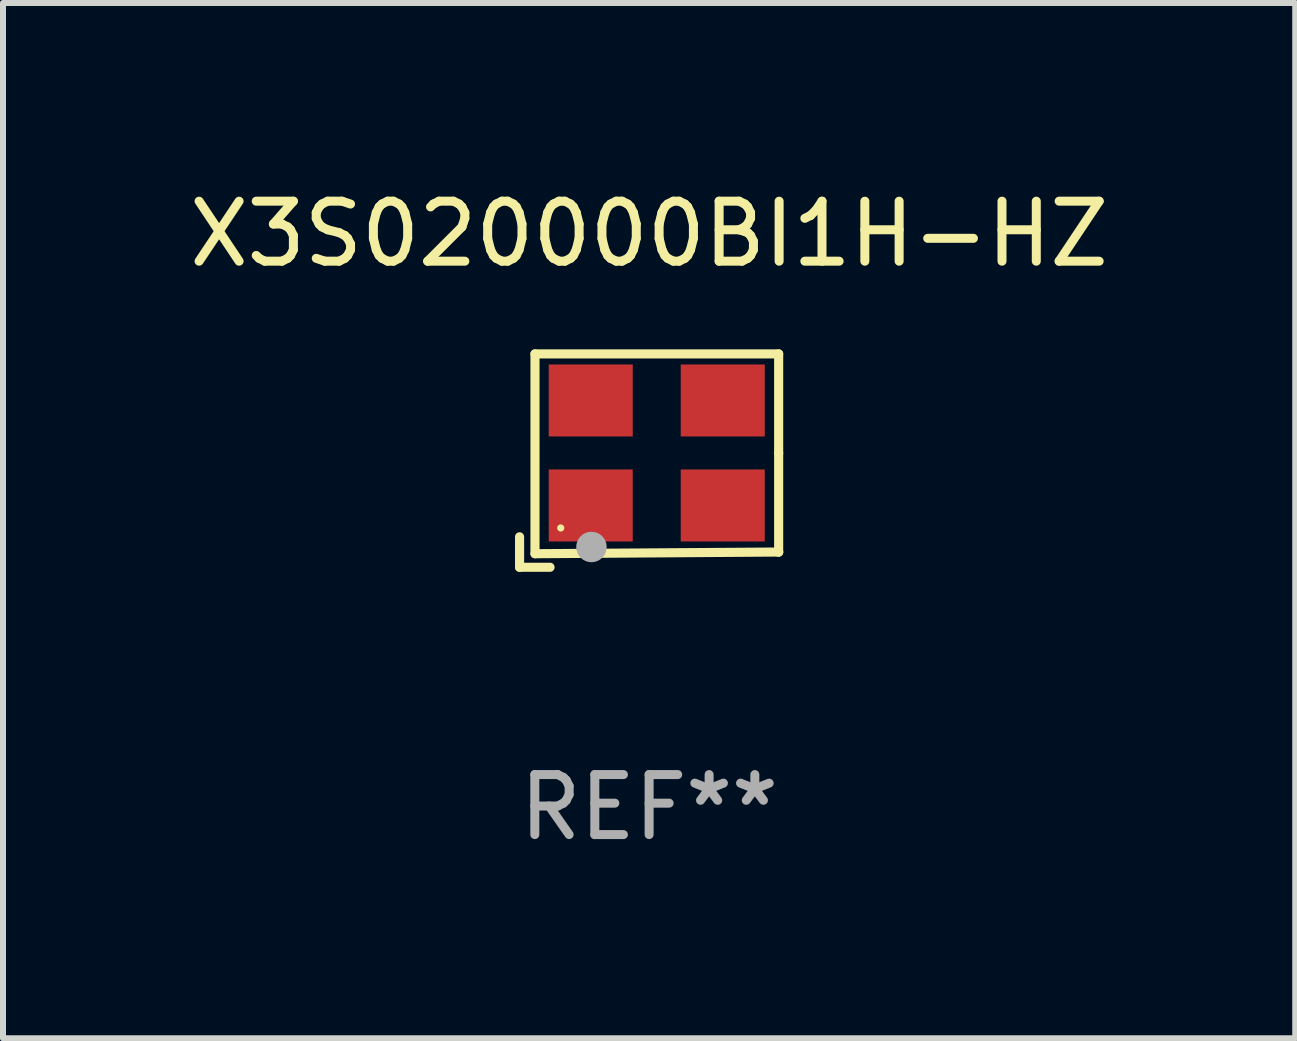
<source format=kicad_pcb>
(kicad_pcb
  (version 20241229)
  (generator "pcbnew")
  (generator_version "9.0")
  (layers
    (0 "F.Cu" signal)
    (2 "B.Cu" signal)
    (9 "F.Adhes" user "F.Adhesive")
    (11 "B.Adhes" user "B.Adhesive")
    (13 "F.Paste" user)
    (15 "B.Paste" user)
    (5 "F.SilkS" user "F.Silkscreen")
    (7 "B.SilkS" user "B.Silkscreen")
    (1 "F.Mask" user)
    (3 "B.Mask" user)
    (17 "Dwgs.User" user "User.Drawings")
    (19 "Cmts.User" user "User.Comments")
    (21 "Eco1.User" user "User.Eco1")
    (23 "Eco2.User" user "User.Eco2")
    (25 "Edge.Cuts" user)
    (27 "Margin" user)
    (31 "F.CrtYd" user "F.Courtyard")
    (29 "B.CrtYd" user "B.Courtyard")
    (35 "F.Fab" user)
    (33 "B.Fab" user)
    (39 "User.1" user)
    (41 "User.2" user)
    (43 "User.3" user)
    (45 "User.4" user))
  (footprint "X3S020000BI1H-HZ"
    (layer "F.Cu")
    (at 7.768 4.626)
    (property "Reference" "X3S020000BI1H-HZ" (at 0 -3.778 0) (layer "F.SilkS") (effects (font (size 1 1) (thickness 0.15))))
    (attr through_hole)
    (fp_line (start -2.159 1.27) (end -2.159 1.778) (stroke (width 0.152) (type solid)) (layer "F.SilkS"))
    (fp_line (start -2.159 1.778) (end -1.651 1.778) (stroke (width 0.152) (type solid)) (layer "F.SilkS"))
    (fp_line (start -1.902 -1.778) (end 2.159 -1.778) (stroke (width 0.152) (type solid)) (layer "F.SilkS"))
    (fp_line (start -1.902 1.552) (end -1.902 -1.778) (stroke (width 0.152) (type solid)) (layer "F.SilkS"))
    (fp_line (start 2.159 -1.778) (end 2.159 -0.127) (stroke (width 0.152) (type solid)) (layer "F.SilkS"))
    (fp_line (start 2.159 -0.127) (end 2.159 1.524) (stroke (width 0.152) (type solid)) (layer "F.SilkS"))
    (fp_line (start 2.159 1.524) (end -1.902 1.552) (stroke (width 0.152) (type solid)) (layer "F.SilkS"))
    (fp_line (start 2.159 1.524) (end 2.159 1.524) (stroke (width 0.152) (type solid)) (layer "F.SilkS"))
    (fp_circle (center -1.473 1.123) (end -1.443 1.123) (stroke (width 0.06) (type solid)) (fill no) (layer "F.SilkS"))
    (fp_circle (center -0.961 1.44) (end -0.834 1.44) (stroke (width 0.254) (type solid)) (fill no) (layer "F.Fab"))
    (fp_text user "REF**" (at 0 5.778 0) (layer "F.Fab") (effects (font (size 1 1) (thickness 0.15))))
    (pad "1" smd rect (at -0.973 0.748) (size 1.4 1.2) (layers "F.Cu" "F.Mask" "F.Paste"))
    (pad "2" smd rect (at 1.227 0.748) (size 1.4 1.2) (layers "F.Cu" "F.Mask" "F.Paste"))
    (pad "3" smd rect (at 1.227 -1.002) (size 1.4 1.2) (layers "F.Cu" "F.Mask" "F.Paste"))
    (pad "4" smd rect (at -0.973 -1.002) (size 1.4 1.2) (layers "F.Cu" "F.Mask" "F.Paste")))
  (gr_rect
    (start -3 -3)
    (end 18.536 14.253)
    (stroke (width 0.1) (type default))
    (fill no)
    (layer "Edge.Cuts")))
</source>
